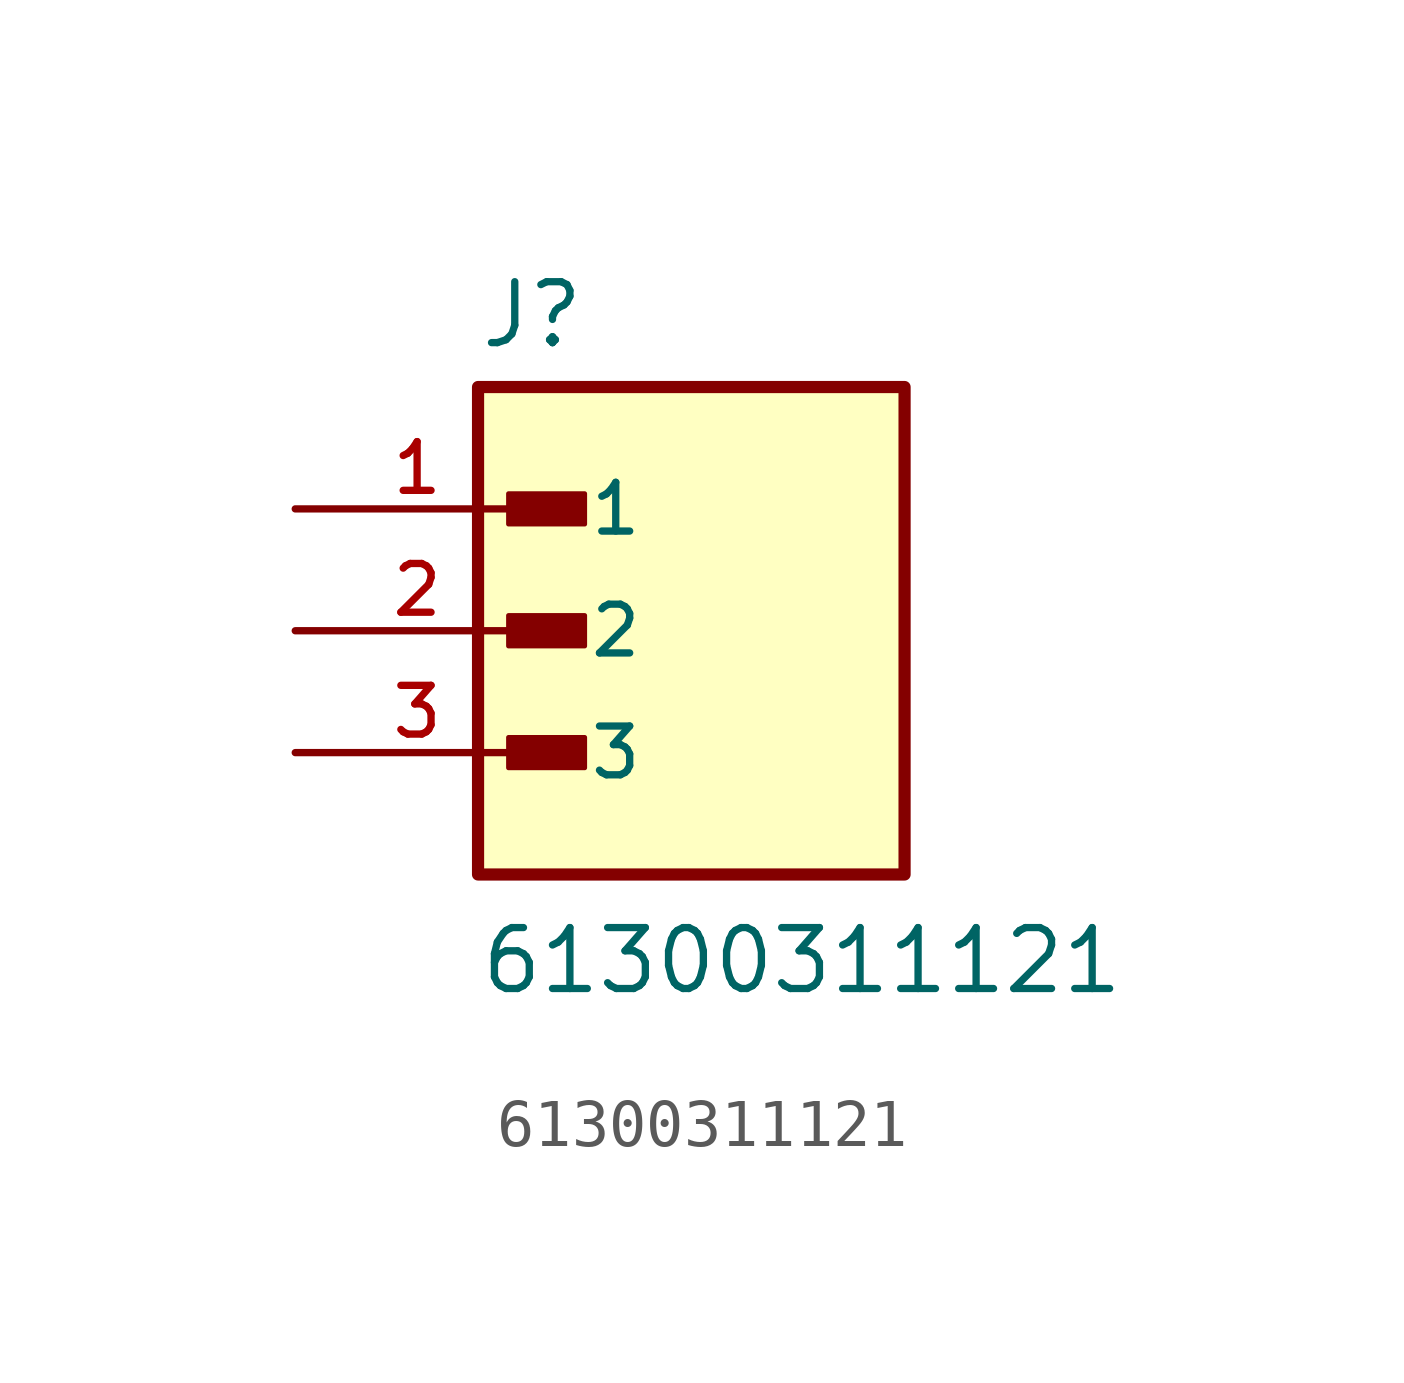
<source format=kicad_sym>
(kicad_symbol_lib
  (version 20241209)
  (generator "kicad_symbol_editor")
  (generator_version "9.0")
  (symbol "61300311121"
    (pin_names
      (offset 1.016))
    (property "Reference" "J"
      (at -3.81 5.842 0)
      (effects (font (size 1.27 1.27)) (justify left bottom)))
    (property "Value" "61300311121"
      (at -3.81 -7.62 0)
      (effects (font (size 1.27 1.27)) (justify left bottom)))
    (symbol "61300311121_0_0"
      (rectangle (start -3.81 -5.08) (end 5.08 5.08) (stroke (width 0.254) (type default)) (fill (type background)))
      (rectangle (start -3.175 2.223) (end -1.587 2.857) (stroke (width 0.1) (type default)) (fill (type outline)))
      (rectangle (start -3.175 -0.318) (end -1.587 0.318) (stroke (width 0.1) (type default)) (fill (type outline)))
      (rectangle (start -3.175 -2.857) (end -1.587 -2.223) (stroke (width 0.1) (type default)) (fill (type outline)))
      (pin passive line (at -7.62 2.54 0) (length 5.08) (name "1" (effects (font (size 1.016 1.016)))) (number "1" (effects (font (size 1.016 1.016)))))
      (pin passive line (at -7.62 0 0) (length 5.08) (name "2" (effects (font (size 1.016 1.016)))) (number "2" (effects (font (size 1.016 1.016)))))
      (pin passive line (at -7.62 -2.54 0) (length 5.08) (name "3" (effects (font (size 1.016 1.016)))) (number "3" (effects (font (size 1.016 1.016))))))))
</source>
